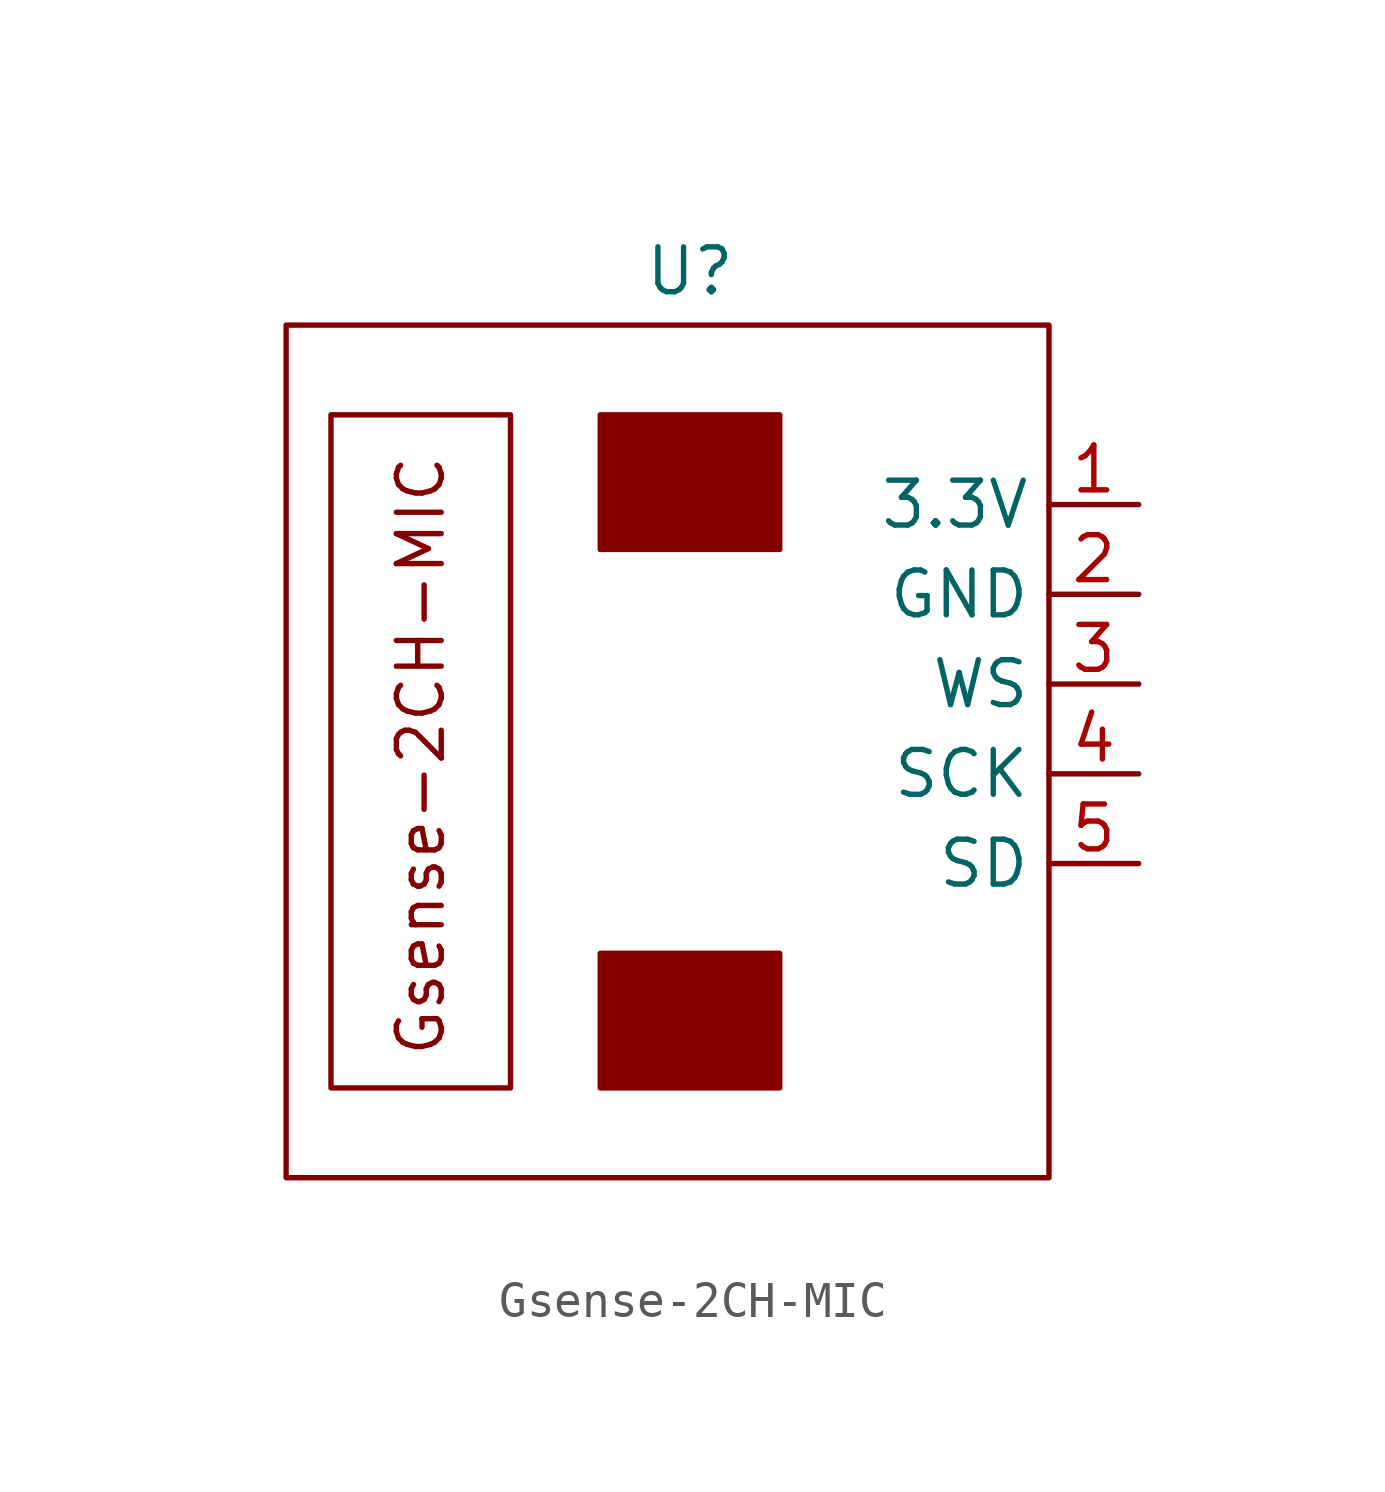
<source format=kicad_sym>
(kicad_symbol_lib
  (version 20241209)
  (generator "kicad_symbol_editor")
  (generator_version "9.0")
  (symbol "Gsense-2CH-MIC"
    (property "Reference" "U"
      (at 0 12.954 0)
      (effects (font (size 1.27 1.27))))
    (property "Value" ""
      (at -12.7 10.16 0)
      (effects (font (size 1.27 1.27))))
    (symbol "Gsense-2CH-MIC_0_1"
      (rectangle (start -11.43 11.43) (end 10.16 -12.7) (stroke (width 0) (type default)) (fill (type none))))
    (symbol "Gsense-2CH-MIC_1_1"
      (rectangle (start -10.16 8.89) (end -5.08 -10.16) (stroke (width 0) (type default)) (fill (type none)))
      (rectangle (start -2.54 8.89) (end 2.54 5.08) (stroke (width 0) (type solid)) (fill (type outline)))
      (rectangle (start -2.54 -6.35) (end 2.54 -10.16) (stroke (width 0) (type solid)) (fill (type outline)))
      (text "Gsense-2CH-MIC" (at -7.62 -0.762 900) (effects (font (size 1.27 1.27))))
      (pin power_in line (at 12.7 6.35 180) (length 2.54) (name "3.3V" (effects (font (size 1.27 1.27)))) (number "1" (effects (font (size 1.27 1.27)))))
      (pin power_in line (at 12.7 3.81 180) (length 2.54) (name "GND" (effects (font (size 1.27 1.27)))) (number "2" (effects (font (size 1.27 1.27)))))
      (pin bidirectional line (at 12.7 1.27 180) (length 2.54) (name "WS" (effects (font (size 1.27 1.27)))) (number "3" (effects (font (size 1.27 1.27)))))
      (pin bidirectional line (at 12.7 -1.27 180) (length 2.54) (name "SCK" (effects (font (size 1.27 1.27)))) (number "4" (effects (font (size 1.27 1.27)))))
      (pin bidirectional line (at 12.7 -3.81 180) (length 2.54) (name "SD" (effects (font (size 1.27 1.27)))) (number "5" (effects (font (size 1.27 1.27))))))))
</source>
